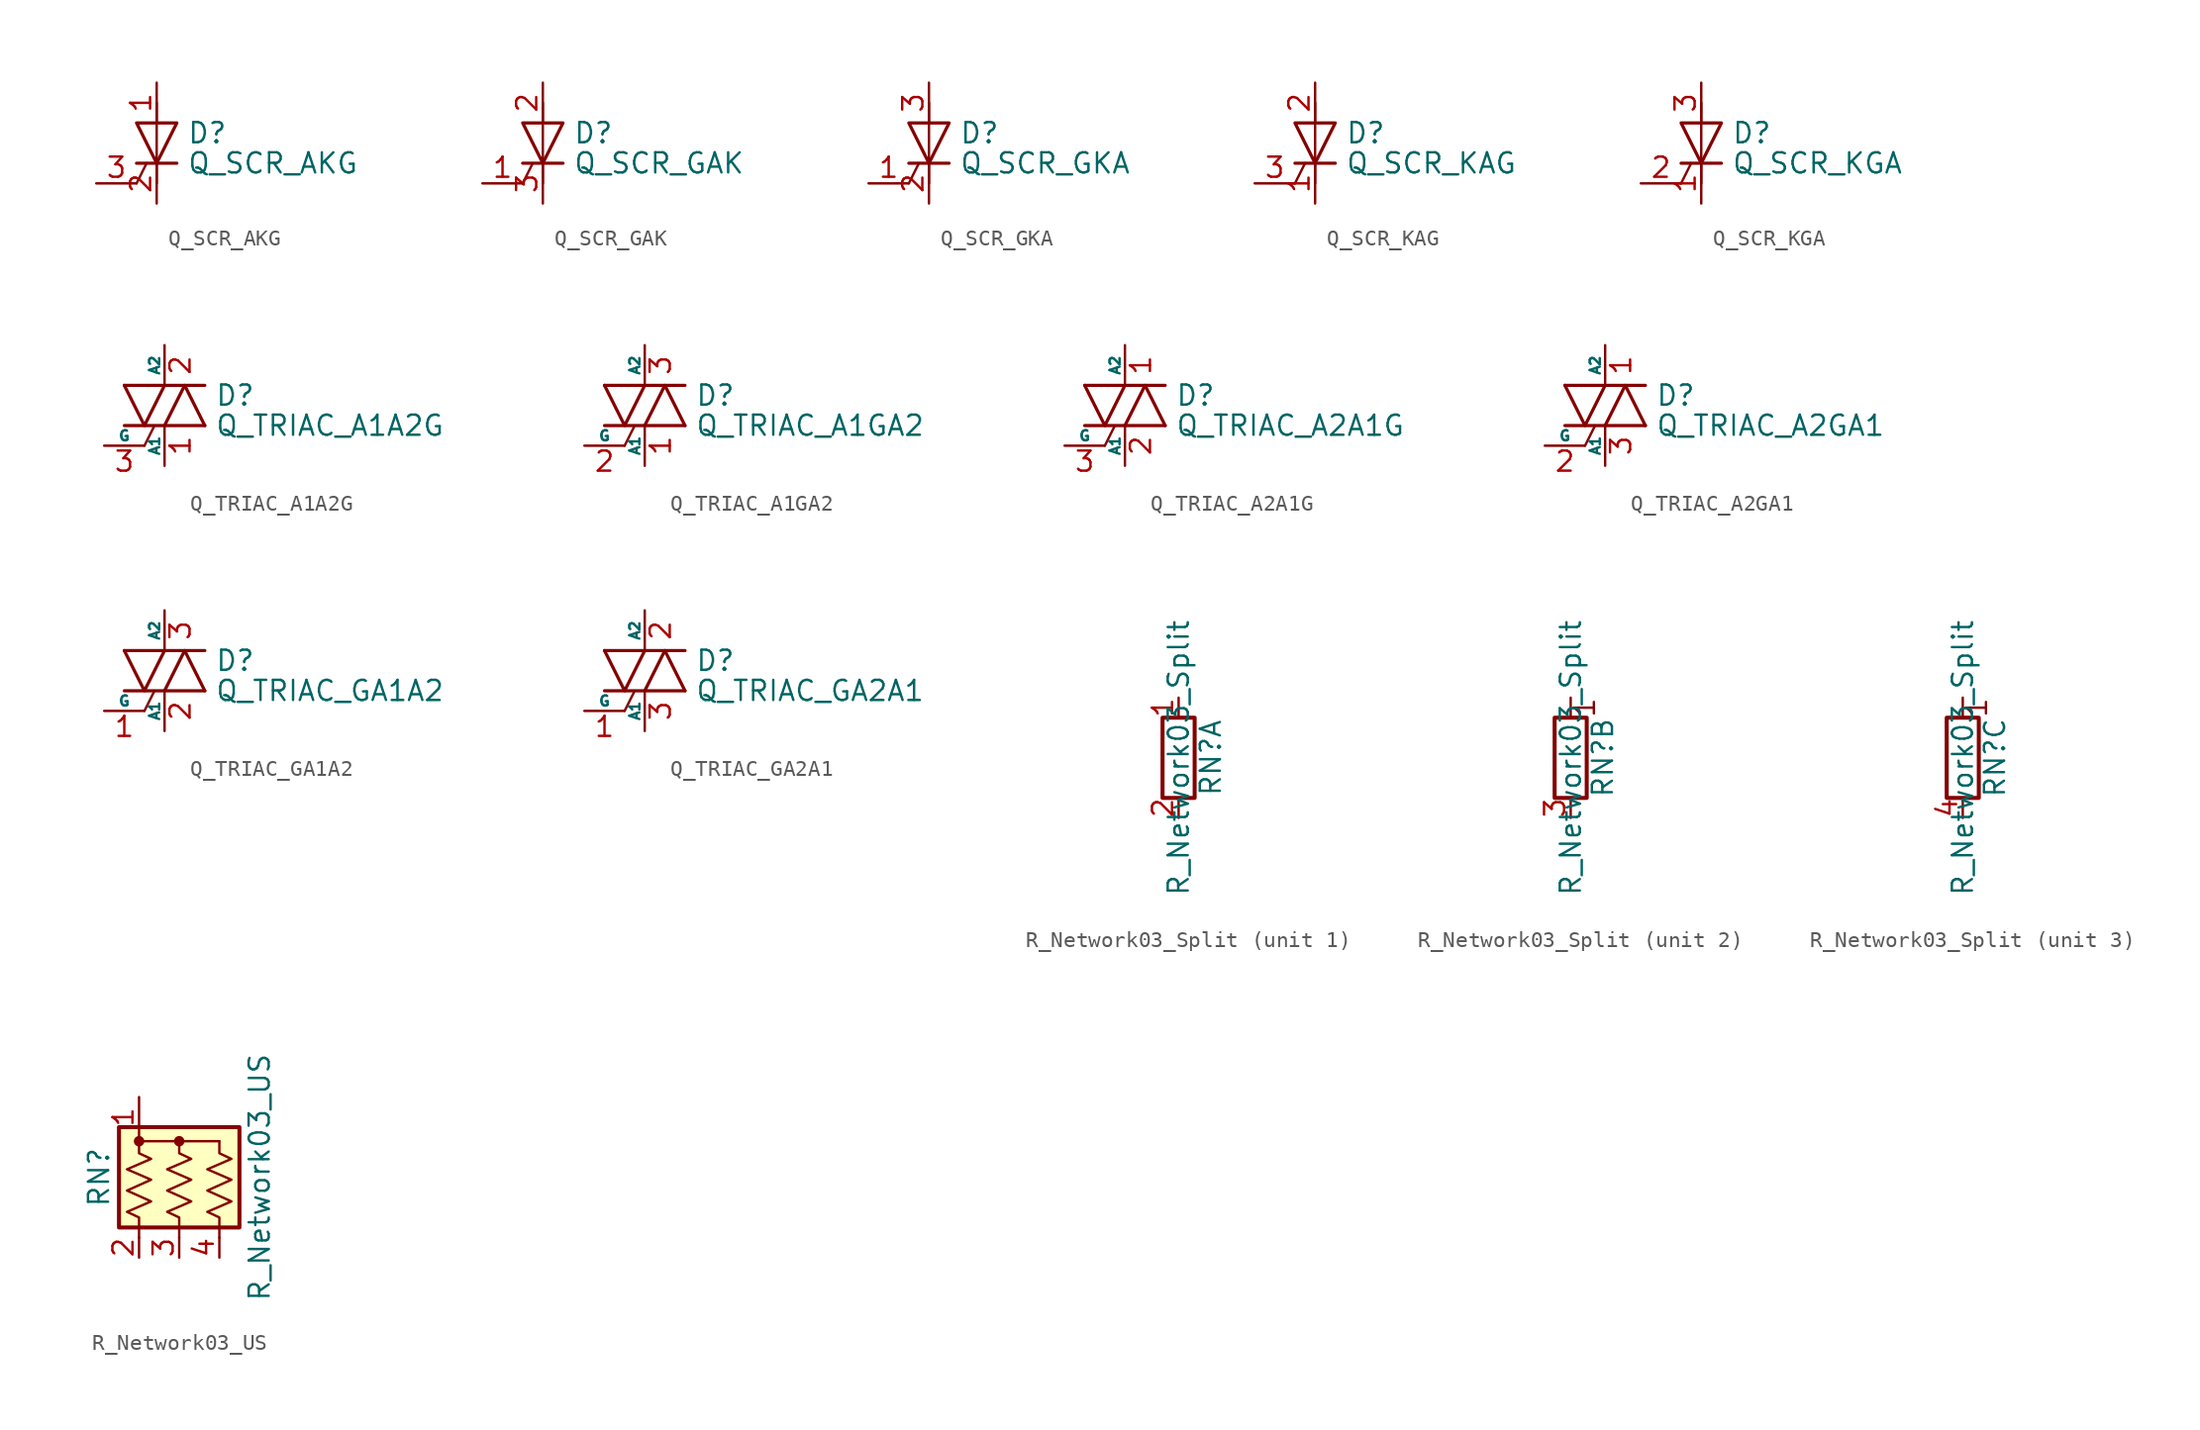
<source format=kicad_sym>
(kicad_symbol_lib
  (version 20241209)
  (generator "kicad_symbol_editor")
  (generator_version "9.0")
  (symbol "Q_SCR_AKG"
    (pin_names
      (offset 0)
      (hide yes))
    (property "Reference" "D"
      (at 1.905 0.635 0)
      (effects (font (size 1.27 1.27)) (justify left)))
    (property "Value" "Q_SCR_AKG"
      (at 1.905 -1.27 0)
      (effects (font (size 1.27 1.27)) (justify left)))
    (symbol "Q_SCR_AKG_0_1"
      (polyline (pts (xy -1.27 1.27) (xy 1.27 1.27) (xy 0 -1.27) (xy -1.27 1.27)) (stroke (width 0.203) (type solid)) (fill (type none)))
      (polyline (pts (xy -1.27 -1.27) (xy 1.27 -1.27)) (stroke (width 0.203) (type solid)) (fill (type none)))
      (polyline (pts (xy -1.27 -2.54) (xy -0.635 -1.27)) (stroke (width 0) (type solid)) (fill (type none)))
      (polyline (pts (xy 0 -2.54) (xy 0 2.54)) (stroke (width 0) (type solid)) (fill (type none))))
    (symbol "Q_SCR_AKG_1_1"
      (pin input line (at -3.81 -2.54 0) (length 2.54) (name "G" (effects (font (size 1.27 1.27)))) (number "3" (effects (font (size 1.27 1.27)))))
      (pin passive line (at 0 3.81 270) (length 2.54) (name "A" (effects (font (size 1.27 1.27)))) (number "1" (effects (font (size 1.27 1.27)))))
      (pin passive line (at 0 -3.81 90) (length 2.54) (name "K" (effects (font (size 1.27 1.27)))) (number "2" (effects (font (size 1.27 1.27)))))))
  (symbol "Q_SCR_GAK"
    (pin_names
      (offset 0)
      (hide yes))
    (property "Reference" "D"
      (at 1.905 0.635 0)
      (effects (font (size 1.27 1.27)) (justify left)))
    (property "Value" "Q_SCR_GAK"
      (at 1.905 -1.27 0)
      (effects (font (size 1.27 1.27)) (justify left)))
    (symbol "Q_SCR_GAK_0_1"
      (polyline (pts (xy -1.27 1.27) (xy 1.27 1.27) (xy 0 -1.27) (xy -1.27 1.27)) (stroke (width 0.203) (type solid)) (fill (type none)))
      (polyline (pts (xy -1.27 -1.27) (xy 1.27 -1.27)) (stroke (width 0.203) (type solid)) (fill (type none)))
      (polyline (pts (xy -1.27 -2.54) (xy -0.635 -1.27)) (stroke (width 0) (type solid)) (fill (type none)))
      (polyline (pts (xy 0 -2.54) (xy 0 2.54)) (stroke (width 0) (type solid)) (fill (type none))))
    (symbol "Q_SCR_GAK_1_1"
      (pin input line (at -3.81 -2.54 0) (length 2.54) (name "G" (effects (font (size 1.27 1.27)))) (number "1" (effects (font (size 1.27 1.27)))))
      (pin passive line (at 0 3.81 270) (length 2.54) (name "A" (effects (font (size 1.27 1.27)))) (number "2" (effects (font (size 1.27 1.27)))))
      (pin passive line (at 0 -3.81 90) (length 2.54) (name "K" (effects (font (size 1.27 1.27)))) (number "3" (effects (font (size 1.27 1.27)))))))
  (symbol "Q_SCR_GKA"
    (pin_names
      (offset 0)
      (hide yes))
    (property "Reference" "D"
      (at 1.905 0.635 0)
      (effects (font (size 1.27 1.27)) (justify left)))
    (property "Value" "Q_SCR_GKA"
      (at 1.905 -1.27 0)
      (effects (font (size 1.27 1.27)) (justify left)))
    (symbol "Q_SCR_GKA_0_1"
      (polyline (pts (xy -1.27 1.27) (xy 1.27 1.27) (xy 0 -1.27) (xy -1.27 1.27)) (stroke (width 0.203) (type solid)) (fill (type none)))
      (polyline (pts (xy -1.27 -1.27) (xy 1.27 -1.27)) (stroke (width 0.203) (type solid)) (fill (type none)))
      (polyline (pts (xy -1.27 -2.54) (xy -0.635 -1.27)) (stroke (width 0) (type solid)) (fill (type none)))
      (polyline (pts (xy 0 -2.54) (xy 0 2.54)) (stroke (width 0) (type solid)) (fill (type none))))
    (symbol "Q_SCR_GKA_1_1"
      (pin input line (at -3.81 -2.54 0) (length 2.54) (name "G" (effects (font (size 1.27 1.27)))) (number "1" (effects (font (size 1.27 1.27)))))
      (pin passive line (at 0 3.81 270) (length 2.54) (name "A" (effects (font (size 1.27 1.27)))) (number "3" (effects (font (size 1.27 1.27)))))
      (pin passive line (at 0 -3.81 90) (length 2.54) (name "K" (effects (font (size 1.27 1.27)))) (number "2" (effects (font (size 1.27 1.27)))))))
  (symbol "Q_SCR_KAG"
    (pin_names
      (offset 0)
      (hide yes))
    (property "Reference" "D"
      (at 1.905 0.635 0)
      (effects (font (size 1.27 1.27)) (justify left)))
    (property "Value" "Q_SCR_KAG"
      (at 1.905 -1.27 0)
      (effects (font (size 1.27 1.27)) (justify left)))
    (symbol "Q_SCR_KAG_0_1"
      (polyline (pts (xy -1.27 1.27) (xy 1.27 1.27) (xy 0 -1.27) (xy -1.27 1.27)) (stroke (width 0.203) (type solid)) (fill (type none)))
      (polyline (pts (xy -1.27 -1.27) (xy 1.27 -1.27)) (stroke (width 0.203) (type solid)) (fill (type none)))
      (polyline (pts (xy -1.27 -2.54) (xy -0.635 -1.27)) (stroke (width 0) (type solid)) (fill (type none)))
      (polyline (pts (xy 0 -2.54) (xy 0 2.54)) (stroke (width 0) (type solid)) (fill (type none))))
    (symbol "Q_SCR_KAG_1_1"
      (pin input line (at -3.81 -2.54 0) (length 2.54) (name "G" (effects (font (size 1.27 1.27)))) (number "3" (effects (font (size 1.27 1.27)))))
      (pin passive line (at 0 3.81 270) (length 2.54) (name "A" (effects (font (size 1.27 1.27)))) (number "2" (effects (font (size 1.27 1.27)))))
      (pin passive line (at 0 -3.81 90) (length 2.54) (name "K" (effects (font (size 1.27 1.27)))) (number "1" (effects (font (size 1.27 1.27)))))))
  (symbol "Q_SCR_KGA"
    (pin_names
      (offset 0)
      (hide yes))
    (property "Reference" "D"
      (at 1.905 0.635 0)
      (effects (font (size 1.27 1.27)) (justify left)))
    (property "Value" "Q_SCR_KGA"
      (at 1.905 -1.27 0)
      (effects (font (size 1.27 1.27)) (justify left)))
    (symbol "Q_SCR_KGA_0_1"
      (polyline (pts (xy -1.27 1.27) (xy 1.27 1.27) (xy 0 -1.27) (xy -1.27 1.27)) (stroke (width 0.203) (type solid)) (fill (type none)))
      (polyline (pts (xy -1.27 -1.27) (xy 1.27 -1.27)) (stroke (width 0.203) (type solid)) (fill (type none)))
      (polyline (pts (xy -1.27 -2.54) (xy -0.635 -1.27)) (stroke (width 0) (type solid)) (fill (type none)))
      (polyline (pts (xy 0 -2.54) (xy 0 2.54)) (stroke (width 0) (type solid)) (fill (type none))))
    (symbol "Q_SCR_KGA_1_1"
      (pin input line (at -3.81 -2.54 0) (length 2.54) (name "G" (effects (font (size 1.27 1.27)))) (number "2" (effects (font (size 1.27 1.27)))))
      (pin passive line (at 0 3.81 270) (length 2.54) (name "A" (effects (font (size 1.27 1.27)))) (number "3" (effects (font (size 1.27 1.27)))))
      (pin passive line (at 0 -3.81 90) (length 2.54) (name "K" (effects (font (size 1.27 1.27)))) (number "1" (effects (font (size 1.27 1.27)))))))
  (symbol "Q_TRIAC_A1A2G"
    (pin_names
      (offset 0))
    (property "Reference" "D"
      (at 3.175 0.635 0)
      (effects (font (size 1.27 1.27)) (justify left)))
    (property "Value" "Q_TRIAC_A1A2G"
      (at 3.175 -1.27 0)
      (effects (font (size 1.27 1.27)) (justify left)))
    (symbol "Q_TRIAC_A1A2G_0_1"
      (polyline (pts (xy -2.54 1.27) (xy 2.54 1.27)) (stroke (width 0.203) (type solid)) (fill (type none)))
      (polyline (pts (xy -2.54 1.27) (xy -1.27 -1.27) (xy 0 1.27)) (stroke (width 0.203) (type solid)) (fill (type none)))
      (polyline (pts (xy -2.54 -1.27) (xy 2.54 -1.27)) (stroke (width 0.203) (type solid)) (fill (type none)))
      (polyline (pts (xy -1.27 -2.54) (xy -0.635 -1.27)) (stroke (width 0) (type solid)) (fill (type none)))
      (polyline (pts (xy 0 -1.27) (xy 1.27 1.27) (xy 2.54 -1.27)) (stroke (width 0.203) (type solid)) (fill (type none))))
    (symbol "Q_TRIAC_A1A2G_1_1"
      (pin input line (at -3.81 -2.54 0) (length 2.54) (name "G" (effects (font (size 0.635 0.635)))) (number "3" (effects (font (size 1.27 1.27)))))
      (pin passive line (at 0 3.81 270) (length 2.54) (name "A2" (effects (font (size 0.635 0.635)))) (number "2" (effects (font (size 1.27 1.27)))))
      (pin passive line (at 0 -3.81 90) (length 2.54) (name "A1" (effects (font (size 0.635 0.635)))) (number "1" (effects (font (size 1.27 1.27)))))))
  (symbol "Q_TRIAC_A1GA2"
    (pin_names
      (offset 0))
    (property "Reference" "D"
      (at 3.175 0.635 0)
      (effects (font (size 1.27 1.27)) (justify left)))
    (property "Value" "Q_TRIAC_A1GA2"
      (at 3.175 -1.27 0)
      (effects (font (size 1.27 1.27)) (justify left)))
    (symbol "Q_TRIAC_A1GA2_0_1"
      (polyline (pts (xy -2.54 1.27) (xy 2.54 1.27)) (stroke (width 0.203) (type solid)) (fill (type none)))
      (polyline (pts (xy -2.54 1.27) (xy -1.27 -1.27) (xy 0 1.27)) (stroke (width 0.203) (type solid)) (fill (type none)))
      (polyline (pts (xy -2.54 -1.27) (xy 2.54 -1.27)) (stroke (width 0.203) (type solid)) (fill (type none)))
      (polyline (pts (xy -1.27 -2.54) (xy -0.635 -1.27)) (stroke (width 0) (type solid)) (fill (type none)))
      (polyline (pts (xy 0 -1.27) (xy 1.27 1.27) (xy 2.54 -1.27)) (stroke (width 0.203) (type solid)) (fill (type none))))
    (symbol "Q_TRIAC_A1GA2_1_1"
      (pin input line (at -3.81 -2.54 0) (length 2.54) (name "G" (effects (font (size 0.635 0.635)))) (number "2" (effects (font (size 1.27 1.27)))))
      (pin passive line (at 0 3.81 270) (length 2.54) (name "A2" (effects (font (size 0.635 0.635)))) (number "3" (effects (font (size 1.27 1.27)))))
      (pin passive line (at 0 -3.81 90) (length 2.54) (name "A1" (effects (font (size 0.635 0.635)))) (number "1" (effects (font (size 1.27 1.27)))))))
  (symbol "Q_TRIAC_A2A1G"
    (pin_names
      (offset 0))
    (property "Reference" "D"
      (at 3.175 0.635 0)
      (effects (font (size 1.27 1.27)) (justify left)))
    (property "Value" "Q_TRIAC_A2A1G"
      (at 3.175 -1.27 0)
      (effects (font (size 1.27 1.27)) (justify left)))
    (symbol "Q_TRIAC_A2A1G_0_1"
      (polyline (pts (xy -2.54 1.27) (xy 2.54 1.27)) (stroke (width 0.203) (type solid)) (fill (type none)))
      (polyline (pts (xy -2.54 1.27) (xy -1.27 -1.27) (xy 0 1.27)) (stroke (width 0.203) (type solid)) (fill (type none)))
      (polyline (pts (xy -2.54 -1.27) (xy 2.54 -1.27)) (stroke (width 0.203) (type solid)) (fill (type none)))
      (polyline (pts (xy -1.27 -2.54) (xy -0.635 -1.27)) (stroke (width 0) (type solid)) (fill (type none)))
      (polyline (pts (xy 0 -1.27) (xy 1.27 1.27) (xy 2.54 -1.27)) (stroke (width 0.203) (type solid)) (fill (type none))))
    (symbol "Q_TRIAC_A2A1G_1_1"
      (pin input line (at -3.81 -2.54 0) (length 2.54) (name "G" (effects (font (size 0.635 0.635)))) (number "3" (effects (font (size 1.27 1.27)))))
      (pin passive line (at 0 3.81 270) (length 2.54) (name "A2" (effects (font (size 0.635 0.635)))) (number "1" (effects (font (size 1.27 1.27)))))
      (pin passive line (at 0 -3.81 90) (length 2.54) (name "A1" (effects (font (size 0.635 0.635)))) (number "2" (effects (font (size 1.27 1.27)))))))
  (symbol "Q_TRIAC_A2GA1"
    (pin_names
      (offset 0))
    (property "Reference" "D"
      (at 3.175 0.635 0)
      (effects (font (size 1.27 1.27)) (justify left)))
    (property "Value" "Q_TRIAC_A2GA1"
      (at 3.175 -1.27 0)
      (effects (font (size 1.27 1.27)) (justify left)))
    (symbol "Q_TRIAC_A2GA1_0_1"
      (polyline (pts (xy -2.54 1.27) (xy 2.54 1.27)) (stroke (width 0.203) (type solid)) (fill (type none)))
      (polyline (pts (xy -2.54 1.27) (xy -1.27 -1.27) (xy 0 1.27)) (stroke (width 0.203) (type solid)) (fill (type none)))
      (polyline (pts (xy -2.54 -1.27) (xy 2.54 -1.27)) (stroke (width 0.203) (type solid)) (fill (type none)))
      (polyline (pts (xy -1.27 -2.54) (xy -0.635 -1.27)) (stroke (width 0) (type solid)) (fill (type none)))
      (polyline (pts (xy 0 -1.27) (xy 1.27 1.27) (xy 2.54 -1.27)) (stroke (width 0.203) (type solid)) (fill (type none))))
    (symbol "Q_TRIAC_A2GA1_1_1"
      (pin input line (at -3.81 -2.54 0) (length 2.54) (name "G" (effects (font (size 0.635 0.635)))) (number "2" (effects (font (size 1.27 1.27)))))
      (pin passive line (at 0 3.81 270) (length 2.54) (name "A2" (effects (font (size 0.635 0.635)))) (number "1" (effects (font (size 1.27 1.27)))))
      (pin passive line (at 0 -3.81 90) (length 2.54) (name "A1" (effects (font (size 0.635 0.635)))) (number "3" (effects (font (size 1.27 1.27)))))))
  (symbol "Q_TRIAC_GA1A2"
    (pin_names
      (offset 0))
    (property "Reference" "D"
      (at 3.175 0.635 0)
      (effects (font (size 1.27 1.27)) (justify left)))
    (property "Value" "Q_TRIAC_GA1A2"
      (at 3.175 -1.27 0)
      (effects (font (size 1.27 1.27)) (justify left)))
    (symbol "Q_TRIAC_GA1A2_0_1"
      (polyline (pts (xy -2.54 1.27) (xy 2.54 1.27)) (stroke (width 0.203) (type solid)) (fill (type none)))
      (polyline (pts (xy -2.54 1.27) (xy -1.27 -1.27) (xy 0 1.27)) (stroke (width 0.203) (type solid)) (fill (type none)))
      (polyline (pts (xy -2.54 -1.27) (xy 2.54 -1.27)) (stroke (width 0.203) (type solid)) (fill (type none)))
      (polyline (pts (xy -1.27 -2.54) (xy -0.635 -1.27)) (stroke (width 0) (type solid)) (fill (type none)))
      (polyline (pts (xy 0 -1.27) (xy 1.27 1.27) (xy 2.54 -1.27)) (stroke (width 0.203) (type solid)) (fill (type none))))
    (symbol "Q_TRIAC_GA1A2_1_1"
      (pin input line (at -3.81 -2.54 0) (length 2.54) (name "G" (effects (font (size 0.635 0.635)))) (number "1" (effects (font (size 1.27 1.27)))))
      (pin passive line (at 0 3.81 270) (length 2.54) (name "A2" (effects (font (size 0.635 0.635)))) (number "3" (effects (font (size 1.27 1.27)))))
      (pin passive line (at 0 -3.81 90) (length 2.54) (name "A1" (effects (font (size 0.635 0.635)))) (number "2" (effects (font (size 1.27 1.27)))))))
  (symbol "Q_TRIAC_GA2A1"
    (pin_names
      (offset 0))
    (property "Reference" "D"
      (at 3.175 0.635 0)
      (effects (font (size 1.27 1.27)) (justify left)))
    (property "Value" "Q_TRIAC_GA2A1"
      (at 3.175 -1.27 0)
      (effects (font (size 1.27 1.27)) (justify left)))
    (symbol "Q_TRIAC_GA2A1_0_1"
      (polyline (pts (xy -2.54 1.27) (xy 2.54 1.27)) (stroke (width 0.203) (type solid)) (fill (type none)))
      (polyline (pts (xy -2.54 1.27) (xy -1.27 -1.27) (xy 0 1.27)) (stroke (width 0.203) (type solid)) (fill (type none)))
      (polyline (pts (xy -2.54 -1.27) (xy 2.54 -1.27)) (stroke (width 0.203) (type solid)) (fill (type none)))
      (polyline (pts (xy -1.27 -2.54) (xy -0.635 -1.27)) (stroke (width 0) (type solid)) (fill (type none)))
      (polyline (pts (xy 0 -1.27) (xy 1.27 1.27) (xy 2.54 -1.27)) (stroke (width 0.203) (type solid)) (fill (type none))))
    (symbol "Q_TRIAC_GA2A1_1_1"
      (pin input line (at -3.81 -2.54 0) (length 2.54) (name "G" (effects (font (size 0.635 0.635)))) (number "1" (effects (font (size 1.27 1.27)))))
      (pin passive line (at 0 3.81 270) (length 2.54) (name "A2" (effects (font (size 0.635 0.635)))) (number "2" (effects (font (size 1.27 1.27)))))
      (pin passive line (at 0 -3.81 90) (length 2.54) (name "A1" (effects (font (size 0.635 0.635)))) (number "3" (effects (font (size 1.27 1.27)))))))
  (symbol "R_Network03_Split"
    (pin_names
      (offset 0)
      (hide yes))
    (property "Reference" "RN"
      (at 2.032 0 90)
      (effects (font (size 1.27 1.27))))
    (property "Value" "R_Network03_Split"
      (at 0 0 90)
      (effects (font (size 1.27 1.27))))
    (symbol "R_Network03_Split_0_1"
      (rectangle (start 1.016 2.54) (end -1.016 -2.54) (stroke (width 0.254) (type solid)) (fill (type none))))
    (symbol "R_Network03_Split_1_1"
      (pin passive line (at 0 3.81 270) (length 1.27) (name "R1.1" (effects (font (size 1.27 1.27)))) (number "1" (effects (font (size 1.27 1.27)))))
      (pin passive line (at 0 -3.81 90) (length 1.27) (name "R1.2" (effects (font (size 1.27 1.27)))) (number "2" (effects (font (size 1.27 1.27))))))
    (symbol "R_Network03_Split_2_1"
      (polyline (pts (xy 0 2.54) (xy 0 3.81)) (stroke (width 0) (type solid)) (fill (type none)))
      (text "1" (at 0.889 3.175 900) (effects (font (size 1.27 1.27))))
      (pin passive line (at 0 -3.81 90) (length 1.27) (name "R2.2" (effects (font (size 1.27 1.27)))) (number "3" (effects (font (size 1.27 1.27))))))
    (symbol "R_Network03_Split_3_1"
      (polyline (pts (xy 0 2.54) (xy 0 3.81)) (stroke (width 0) (type solid)) (fill (type none)))
      (text "1" (at 0.889 3.175 900) (effects (font (size 1.27 1.27))))
      (pin passive line (at 0 -3.81 90) (length 1.27) (name "R3.2" (effects (font (size 1.27 1.27)))) (number "4" (effects (font (size 1.27 1.27)))))))
  (symbol "R_Network03_US"
    (pin_names
      (offset 0)
      (hide yes))
    (property "Reference" "RN"
      (at -5.08 0 90)
      (effects (font (size 1.27 1.27))))
    (property "Value" "R_Network03_US"
      (at 5.08 0 90)
      (effects (font (size 1.27 1.27))))
    (symbol "R_Network03_US_0_1"
      (rectangle (start -3.81 -3.175) (end 3.81 3.175) (stroke (width 0.254) (type solid)) (fill (type background)))
      (circle (center -2.54 2.286) (radius 0.254) (stroke (width 0) (type solid)) (fill (type outline)))
      (polyline (pts (xy -2.54 2.286) (xy 2.54 2.286)) (stroke (width 0) (type solid)) (fill (type none)))
      (polyline (pts (xy -2.54 2.286) (xy -2.54 1.524) (xy -1.778 1.168) (xy -3.302 0.508) (xy -1.778 -0.152) (xy -3.302 -0.838) (xy -1.778 -1.524) (xy -3.302 -2.184) (xy -2.54 -2.54) (xy -2.54 -3.81)) (stroke (width 0) (type solid)) (fill (type none)))
      (circle (center 0 2.286) (radius 0.254) (stroke (width 0) (type solid)) (fill (type outline)))
      (polyline (pts (xy 0 2.286) (xy 0 1.524) (xy 0.762 1.168) (xy -0.762 0.508) (xy 0.762 -0.152) (xy -0.762 -0.838) (xy 0.762 -1.524) (xy -0.762 -2.184) (xy 0 -2.54) (xy 0 -3.81)) (stroke (width 0) (type solid)) (fill (type none)))
      (polyline (pts (xy 2.54 2.286) (xy 2.54 1.524) (xy 3.302 1.168) (xy 1.778 0.508) (xy 3.302 -0.152) (xy 1.778 -0.838) (xy 3.302 -1.524) (xy 1.778 -2.184) (xy 2.54 -2.54) (xy 2.54 -3.81)) (stroke (width 0) (type solid)) (fill (type none))))
    (symbol "R_Network03_US_1_1"
      (pin passive line (at -2.54 5.08 270) (length 2.54) (name "common" (effects (font (size 1.27 1.27)))) (number "1" (effects (font (size 1.27 1.27)))))
      (pin passive line (at -2.54 -5.08 90) (length 1.27) (name "R1" (effects (font (size 1.27 1.27)))) (number "2" (effects (font (size 1.27 1.27)))))
      (pin passive line (at 0 -5.08 90) (length 1.27) (name "R2" (effects (font (size 1.27 1.27)))) (number "3" (effects (font (size 1.27 1.27)))))
      (pin passive line (at 2.54 -5.08 90) (length 1.27) (name "R3" (effects (font (size 1.27 1.27)))) (number "4" (effects (font (size 1.27 1.27))))))))
</source>
